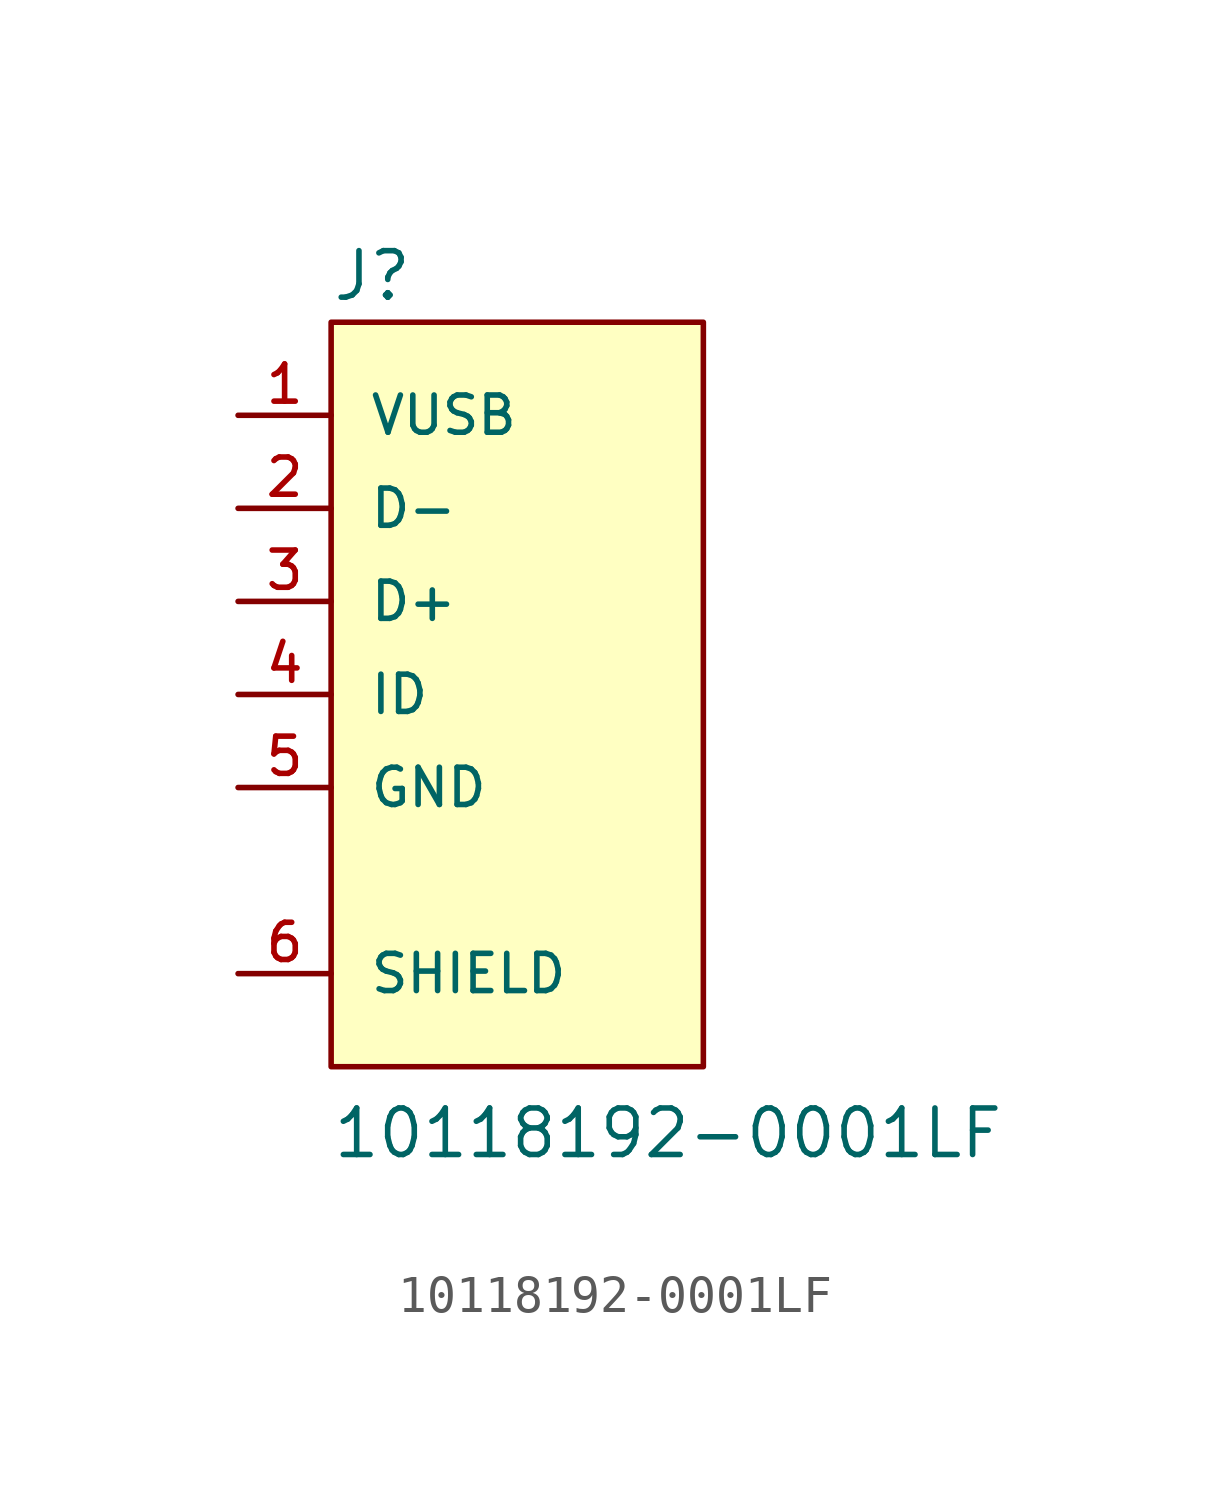
<source format=kicad_sym>
(kicad_symbol_lib
  (version 20220914)
  (generator kicad_symbol_editor)
  (symbol "10118192-0001LF"
    (pin_names
      (offset 1.016))
    (property "Reference" "J"
      (at -5.086 10.681 0)
      (effects (font (size 1.27 1.27)) (justify left bottom)))
    (property "Value" "10118192-0001LF"
      (at -5.088 -12.72 0)
      (effects (font (size 1.27 1.27)) (justify left bottom)))
    (symbol "10118192-0001LF_0_0"
      (rectangle (start -5.08 10.16) (end 5.08 -10.16) (stroke (width 0.152) (type default)) (fill (type background)))
      (pin passive line (at -7.62 7.62 0) (length 2.54) (name "VUSB" (effects (font (size 1.016 1.016)))) (number "1" (effects (font (size 1.016 1.016)))))
      (pin passive line (at -7.62 5.08 0) (length 2.54) (name "D-" (effects (font (size 1.016 1.016)))) (number "2" (effects (font (size 1.016 1.016)))))
      (pin passive line (at -7.62 2.54 0) (length 2.54) (name "D+" (effects (font (size 1.016 1.016)))) (number "3" (effects (font (size 1.016 1.016)))))
      (pin passive line (at -7.62 0 0) (length 2.54) (name "ID" (effects (font (size 1.016 1.016)))) (number "4" (effects (font (size 1.016 1.016)))))
      (pin passive line (at -7.62 -2.54 0) (length 2.54) (name "GND" (effects (font (size 1.016 1.016)))) (number "5" (effects (font (size 1.016 1.016))))))
    (symbol "10118192-0001LF_1_0"
      (pin passive line (at -7.62 -7.62 0) (length 2.54) (name "SHIELD" (effects (font (size 1.016 1.016)))) (number "6" (effects (font (size 1.016 1.016))))))))
</source>
